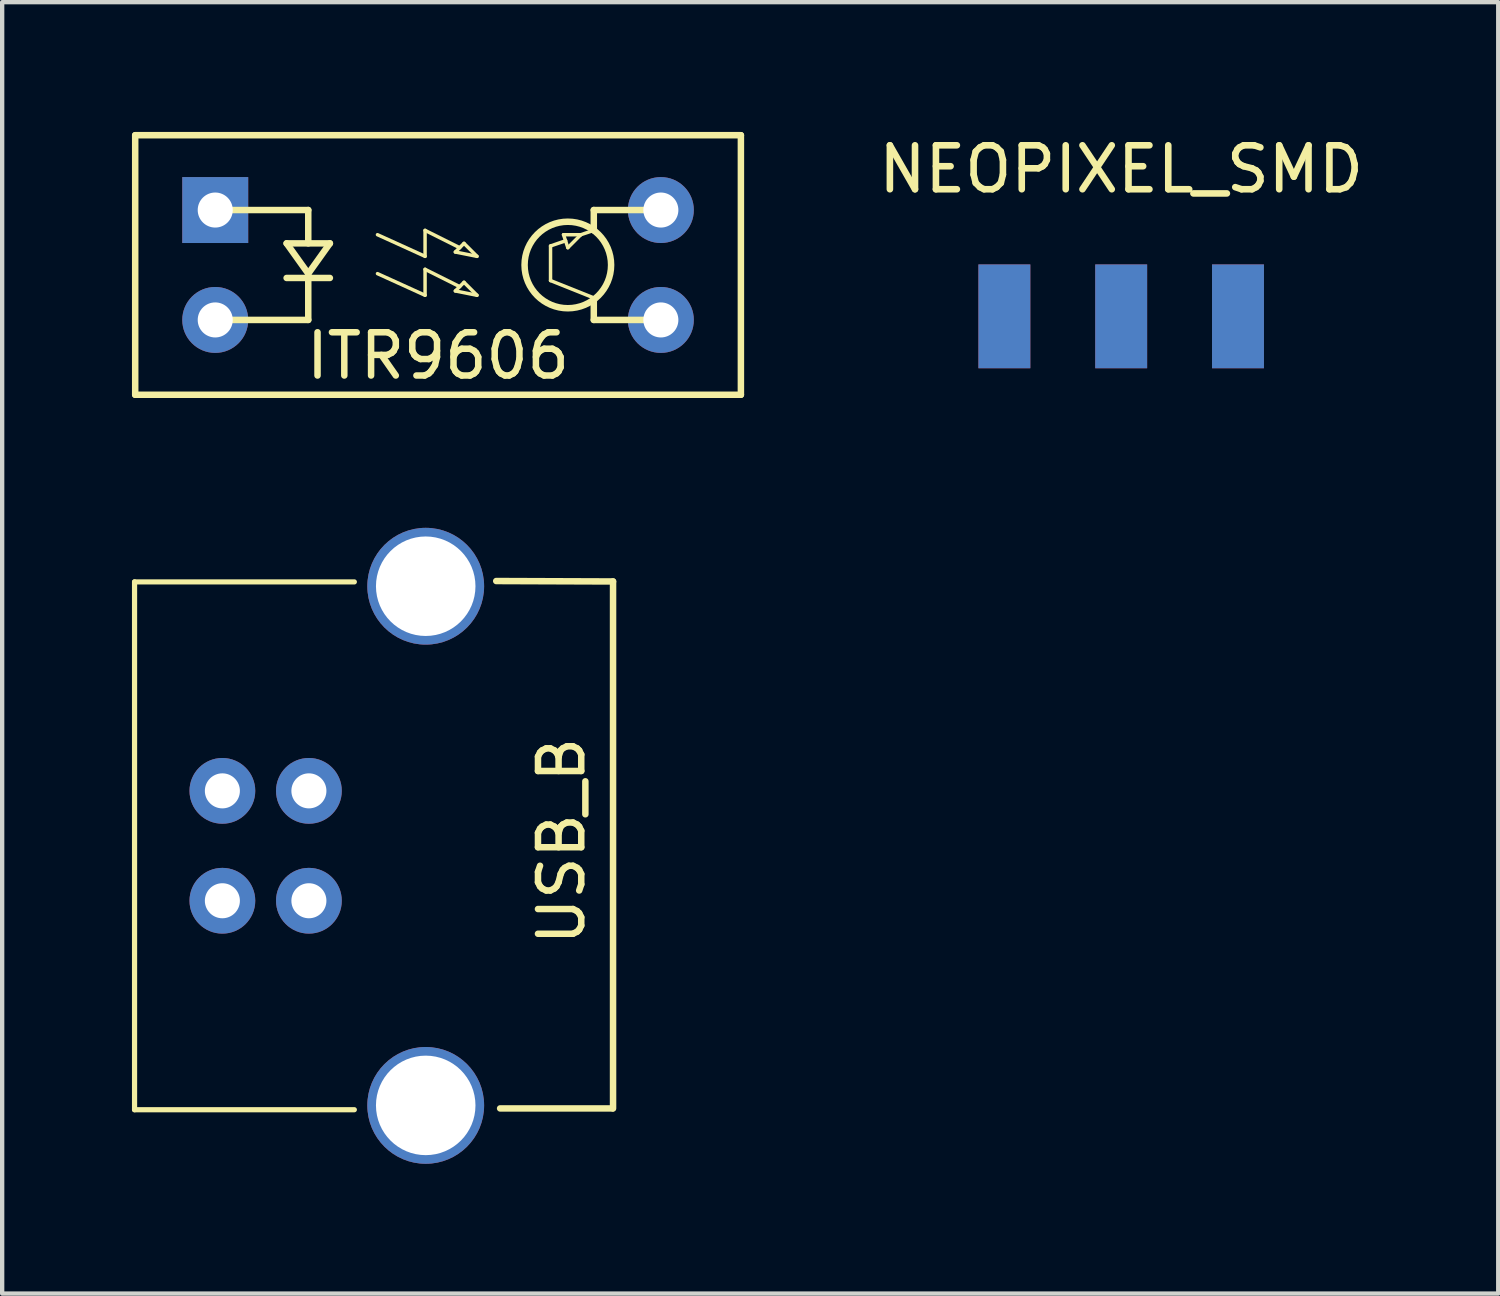
<source format=kicad_pcb>
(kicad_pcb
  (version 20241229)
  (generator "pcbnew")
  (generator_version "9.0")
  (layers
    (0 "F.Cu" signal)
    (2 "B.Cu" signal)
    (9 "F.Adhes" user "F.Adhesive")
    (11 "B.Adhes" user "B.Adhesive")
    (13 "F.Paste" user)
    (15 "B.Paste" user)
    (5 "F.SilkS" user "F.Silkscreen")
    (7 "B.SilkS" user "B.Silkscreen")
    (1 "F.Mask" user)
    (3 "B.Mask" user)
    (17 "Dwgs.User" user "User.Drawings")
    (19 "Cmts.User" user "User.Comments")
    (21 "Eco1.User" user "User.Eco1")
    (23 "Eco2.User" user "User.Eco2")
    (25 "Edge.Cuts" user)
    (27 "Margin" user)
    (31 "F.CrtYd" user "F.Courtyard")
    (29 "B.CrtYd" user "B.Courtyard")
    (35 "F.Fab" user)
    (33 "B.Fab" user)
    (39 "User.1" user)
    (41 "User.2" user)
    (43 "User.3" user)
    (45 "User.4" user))
  (footprint "ITR9606"
    (layer "F.Cu")
    (at 7.075 3.075)
    (property "Reference" "ITR9606" (at 0 2.1 0) (layer "F.SilkS") (effects (font (size 1 1) (thickness 0.15))))
    (attr through_hole)
    (fp_line (start -7 -3) (end -7 3) (stroke (width 0.15) (type solid)) (layer "F.SilkS"))
    (fp_line (start -7 -3) (end 7 -3) (stroke (width 0.15) (type solid)) (layer "F.SilkS"))
    (fp_line (start -7 3) (end 7 3) (stroke (width 0.15) (type solid)) (layer "F.SilkS"))
    (fp_line (start -5.15 -1.27) (end -3 -1.27) (stroke (width 0.15) (type solid)) (layer "F.SilkS"))
    (fp_line (start -3.5 -0.5) (end -2.5 -0.5) (stroke (width 0.15) (type solid)) (layer "F.SilkS"))
    (fp_line (start -3.5 0.3) (end -2.5 0.3) (stroke (width 0.15) (type solid)) (layer "F.SilkS"))
    (fp_line (start -3 -1.27) (end -3 -0.5) (stroke (width 0.15) (type solid)) (layer "F.SilkS"))
    (fp_line (start -3 0.2) (end -3.5 -0.5) (stroke (width 0.15) (type solid)) (layer "F.SilkS"))
    (fp_line (start -3 0.3) (end -3 1.27) (stroke (width 0.15) (type solid)) (layer "F.SilkS"))
    (fp_line (start -3 1.27) (end -5.15 1.27) (stroke (width 0.15) (type solid)) (layer "F.SilkS"))
    (fp_line (start -2.5 -0.5) (end -3 0.2) (stroke (width 0.15) (type solid)) (layer "F.SilkS"))
    (fp_line (start -1.4 -0.7) (end -0.3 -0.2) (stroke (width 0.08) (type solid)) (layer "F.SilkS"))
    (fp_line (start -1.4 0.2) (end -0.3 0.7) (stroke (width 0.08) (type solid)) (layer "F.SilkS"))
    (fp_line (start -0.3 -0.2) (end -0.3 -0.8) (stroke (width 0.08) (type solid)) (layer "F.SilkS"))
    (fp_line (start -0.3 0.7) (end -0.3 0.1) (stroke (width 0.08) (type solid)) (layer "F.SilkS"))
    (fp_line (start 0.4 -0.3) (end 0.6 -0.5) (stroke (width 0.08) (type solid)) (layer "F.SilkS"))
    (fp_line (start 0.4 0.6) (end 0.6 0.4) (stroke (width 0.08) (type solid)) (layer "F.SilkS"))
    (fp_line (start 0.5 -0.4) (end -0.3 -0.8) (stroke (width 0.08) (type solid)) (layer "F.SilkS"))
    (fp_line (start 0.5 0.5) (end -0.3 0.1) (stroke (width 0.08) (type solid)) (layer "F.SilkS"))
    (fp_line (start 0.6 -0.5) (end 0.9 -0.2) (stroke (width 0.08) (type solid)) (layer "F.SilkS"))
    (fp_line (start 0.6 0.4) (end 0.9 0.7) (stroke (width 0.08) (type solid)) (layer "F.SilkS"))
    (fp_line (start 0.9 -0.2) (end 0.4 -0.3) (stroke (width 0.08) (type solid)) (layer "F.SilkS"))
    (fp_line (start 0.9 0.7) (end 0.4 0.6) (stroke (width 0.08) (type solid)) (layer "F.SilkS"))
    (fp_line (start 2.6 0.36) (end 2.6 -0.44) (stroke (width 0.08) (type solid)) (layer "F.SilkS"))
    (fp_line (start 2.6 0.36) (end 3.6 0.76) (stroke (width 0.08) (type solid)) (layer "F.SilkS"))
    (fp_line (start 2.9 -0.7) (end 3 -0.4) (stroke (width 0.08) (type solid)) (layer "F.SilkS"))
    (fp_line (start 2.95 -0.56) (end 2.6 -0.44) (stroke (width 0.08) (type solid)) (layer "F.SilkS"))
    (fp_line (start 3 -0.4) (end 3.3 -0.7) (stroke (width 0.08) (type solid)) (layer "F.SilkS"))
    (fp_line (start 3.3 -0.7) (end 2.9 -0.7) (stroke (width 0.08) (type solid)) (layer "F.SilkS"))
    (fp_line (start 3.6 -1.27) (end 3.6 -0.8) (stroke (width 0.15) (type solid)) (layer "F.SilkS"))
    (fp_line (start 3.6 -0.8) (end 3.3 -0.7) (stroke (width 0.08) (type solid)) (layer "F.SilkS"))
    (fp_line (start 3.6 1.27) (end 3.6 0.8) (stroke (width 0.15) (type solid)) (layer "F.SilkS"))
    (fp_line (start 5.1 -1.27) (end 3.6 -1.27) (stroke (width 0.15) (type solid)) (layer "F.SilkS"))
    (fp_line (start 5.1 1.27) (end 3.6 1.27) (stroke (width 0.15) (type solid)) (layer "F.SilkS"))
    (fp_line (start 7 -3) (end 7 3) (stroke (width 0.15) (type solid)) (layer "F.SilkS"))
    (fp_circle (center 3 0) (end 4 0) (stroke (width 0.15) (type solid)) (fill no) (layer "F.SilkS"))
    (pad "1" thru_hole rect (at -5.15 -1.27) (size 1.524 1.524) (drill 0.81) (layers "*.Cu" "*.Mask"))
    (pad "2" thru_hole circle (at -5.15 1.27) (size 1.524 1.524) (drill 0.81) (layers "*.Cu" "*.Mask"))
    (pad "3" thru_hole circle (at 5.15 1.27) (size 1.524 1.524) (drill 0.81) (layers "*.Cu" "*.Mask"))
    (pad "4" thru_hole circle (at 5.15 -1.27) (size 1.524 1.524) (drill 0.81) (layers "*.Cu" "*.Mask")))
  (footprint "NEOPIXEL_SMD"
    (layer "F.Cu")
    (at 22.865 4.262)
    (property "Reference" "NEOPIXEL_SMD" (at 0 -3.4 0) (layer "F.SilkS") (effects (font (size 1.016 1.016) (thickness 0.152))))
    (attr through_hole)
    (pad "1" smd rect (at -2.7 0) (size 1.2 2.4) (layers "F.Cu" "F.Mask" "F.Paste"))
    (pad "1" smd rect (at -2.7 0) (size 1.2 2.4) (layers "B.Cu" "B.Mask" "B.Paste"))
    (pad "2" smd rect (at 0 0) (size 1.2 2.4) (layers "F.Cu" "F.Mask" "F.Paste"))
    (pad "2" smd rect (at 0 0) (size 1.2 2.4) (layers "B.Cu" "B.Mask" "B.Paste"))
    (pad "3" smd rect (at 2.7 0) (size 1.2 2.4) (layers "F.Cu" "F.Mask" "F.Paste"))
    (pad "3" smd rect (at 2.7 0) (size 1.2 2.4) (layers "B.Cu" "B.Mask" "B.Paste")))
  (footprint "USB_B"
    (layer "F.Cu")
    (at 2.09 15.23)
    (property "Reference" "USB_B" (at 7.84 1.16 90) (layer "F.SilkS") (effects (font (size 1 1) (thickness 0.15))))
    (attr through_hole)
    (fp_line (start -2.03 -4.83) (end 3.05 -4.83) (stroke (width 0.12) (type solid)) (layer "F.SilkS"))
    (fp_line (start -2.03 7.37) (end -2.03 -4.83) (stroke (width 0.12) (type solid)) (layer "F.SilkS"))
    (fp_line (start -2.03 7.37) (end 3.05 7.37) (stroke (width 0.12) (type solid)) (layer "F.SilkS"))
    (fp_line (start 9.02 7.34) (end 6.42 7.34) (stroke (width 0.15) (type solid)) (layer "F.SilkS"))
    (fp_line (start 9.03 -4.84) (end 6.33 -4.85) (stroke (width 0.15) (type solid)) (layer "F.SilkS"))
    (fp_line (start 9.03 -4.84) (end 9.03 7.34) (stroke (width 0.15) (type solid)) (layer "F.SilkS"))
    (pad "1" thru_hole circle (at 0 0 270) (size 1.52 1.52) (drill 0.81) (layers "*.Cu" "*.Mask"))
    (pad "2" thru_hole circle (at 0 2.54 270) (size 1.52 1.52) (drill 0.81) (layers "*.Cu" "*.Mask"))
    (pad "3" thru_hole circle (at 2 2.54 270) (size 1.52 1.52) (drill 0.81) (layers "*.Cu" "*.Mask"))
    (pad "4" thru_hole circle (at 2 0 270) (size 1.52 1.52) (drill 0.81) (layers "*.Cu" "*.Mask"))
    (pad "5" thru_hole circle (at 4.7 -4.73 270) (size 2.7 2.7) (drill 2.3) (layers "*.Cu" "*.Mask"))
    (pad "5" thru_hole circle (at 4.7 7.27 270) (size 2.7 2.7) (drill 2.3) (layers "*.Cu" "*.Mask")))
  (gr_rect
    (start -3 -3)
    (end 31.58 26.85)
    (stroke (width 0.1) (type default))
    (fill no)
    (layer "Edge.Cuts")))
</source>
